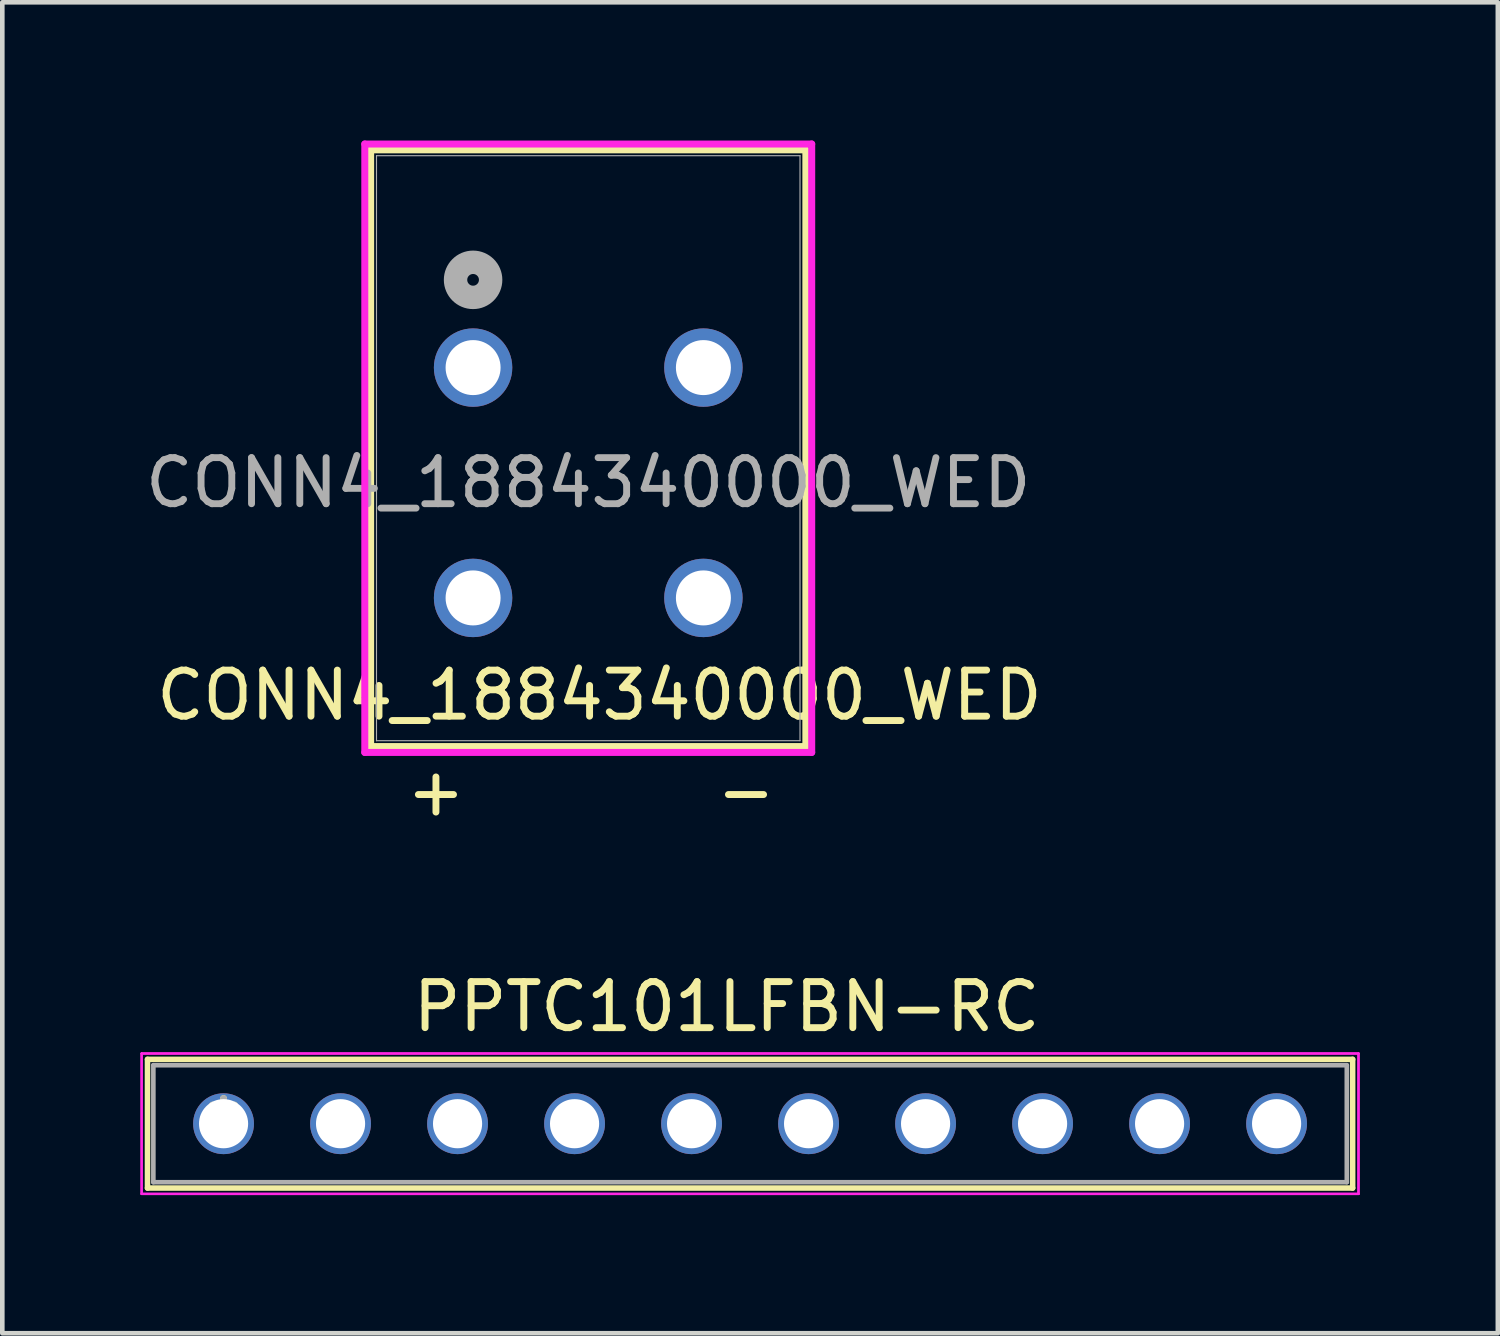
<source format=kicad_pcb>
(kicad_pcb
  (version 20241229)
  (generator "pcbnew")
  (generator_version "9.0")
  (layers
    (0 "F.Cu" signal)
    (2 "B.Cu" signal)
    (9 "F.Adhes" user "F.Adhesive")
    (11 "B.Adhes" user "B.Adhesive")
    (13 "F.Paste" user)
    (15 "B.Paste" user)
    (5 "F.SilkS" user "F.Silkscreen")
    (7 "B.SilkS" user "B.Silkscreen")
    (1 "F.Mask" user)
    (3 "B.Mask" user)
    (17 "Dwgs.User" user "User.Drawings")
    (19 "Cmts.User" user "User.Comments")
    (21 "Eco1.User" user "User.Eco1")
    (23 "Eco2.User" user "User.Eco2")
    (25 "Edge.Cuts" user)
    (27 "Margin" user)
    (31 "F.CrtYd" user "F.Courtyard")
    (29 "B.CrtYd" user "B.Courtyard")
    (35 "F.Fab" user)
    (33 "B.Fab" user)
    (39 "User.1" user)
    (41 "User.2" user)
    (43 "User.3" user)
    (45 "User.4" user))
  (footprint "PPTC101LFBN-RC"
    (layer "F.Cu")
    (at 1.803 21.344)
    (property "Reference" "PPTC101LFBN-RC" (at 10.922 -2.54 0) (layer "F.SilkS") (effects (font (size 1 1) (thickness 0.15))))
    (attr through_hole)
    (fp_line (start -1.651 -1.397) (end -1.651 1.397) (stroke (width 0.12) (type solid)) (layer "F.SilkS"))
    (fp_line (start -1.651 1.397) (end 24.511 1.397) (stroke (width 0.12) (type solid)) (layer "F.SilkS"))
    (fp_line (start 24.511 -1.397) (end -1.651 -1.397) (stroke (width 0.12) (type solid)) (layer "F.SilkS"))
    (fp_line (start 24.511 1.397) (end 24.511 -1.397) (stroke (width 0.12) (type solid)) (layer "F.SilkS"))
    (fp_line (start -1.778 -1.524) (end -1.778 1.524) (stroke (width 0.05) (type solid)) (layer "F.CrtYd"))
    (fp_line (start -1.778 -1.524) (end -1.778 1.524) (stroke (width 0.05) (type solid)) (layer "F.CrtYd"))
    (fp_line (start -1.778 1.524) (end 24.638 1.524) (stroke (width 0.05) (type solid)) (layer "F.CrtYd"))
    (fp_line (start -1.778 1.524) (end 24.638 1.524) (stroke (width 0.05) (type solid)) (layer "F.CrtYd"))
    (fp_line (start 24.638 -1.524) (end -1.778 -1.524) (stroke (width 0.05) (type solid)) (layer "F.CrtYd"))
    (fp_line (start 24.638 -1.524) (end -1.778 -1.524) (stroke (width 0.05) (type solid)) (layer "F.CrtYd"))
    (fp_line (start 24.638 1.524) (end 24.638 -1.524) (stroke (width 0.05) (type solid)) (layer "F.CrtYd"))
    (fp_line (start 24.638 1.524) (end 24.638 -1.524) (stroke (width 0.05) (type solid)) (layer "F.CrtYd"))
    (fp_line (start -1.524 -1.27) (end -1.524 1.27) (stroke (width 0.1) (type solid)) (layer "F.Fab"))
    (fp_line (start -1.524 1.27) (end 24.384 1.27) (stroke (width 0.1) (type solid)) (layer "F.Fab"))
    (fp_line (start 24.384 -1.27) (end -1.524 -1.27) (stroke (width 0.1) (type solid)) (layer "F.Fab"))
    (fp_line (start 24.384 1.27) (end 24.384 -1.27) (stroke (width 0.1) (type solid)) (layer "F.Fab"))
    (fp_text user "*" (at 0 0 0) (layer "F.SilkS") (effects (font (size 1 1) (thickness 0.15))))
    (fp_text user "*" (at 0 0 0) (layer "F.Fab") (effects (font (size 1 1) (thickness 0.15))))
    (pad "1" thru_hole circle (at 0 0) (size 1.321 1.321) (drill 1.067) (layers "*.Cu" "*.Mask"))
    (pad "2" thru_hole circle (at 2.54 0) (size 1.321 1.321) (drill 1.067) (layers "*.Cu" "*.Mask"))
    (pad "3" thru_hole circle (at 5.08 0) (size 1.321 1.321) (drill 1.067) (layers "*.Cu" "*.Mask"))
    (pad "4" thru_hole circle (at 7.62 0) (size 1.321 1.321) (drill 1.067) (layers "*.Cu" "*.Mask"))
    (pad "5" thru_hole circle (at 10.16 0) (size 1.321 1.321) (drill 1.067) (layers "*.Cu" "*.Mask"))
    (pad "6" thru_hole circle (at 12.7 0) (size 1.321 1.321) (drill 1.067) (layers "*.Cu" "*.Mask"))
    (pad "7" thru_hole circle (at 15.24 0) (size 1.321 1.321) (drill 1.067) (layers "*.Cu" "*.Mask"))
    (pad "8" thru_hole circle (at 17.78 0) (size 1.321 1.321) (drill 1.067) (layers "*.Cu" "*.Mask"))
    (pad "9" thru_hole circle (at 20.32 0) (size 1.321 1.321) (drill 1.067) (layers "*.Cu" "*.Mask"))
    (pad "10" thru_hole circle (at 22.86 0) (size 1.321 1.321) (drill 1.067) (layers "*.Cu" "*.Mask")))
  (footprint "CONN4_1884340000_WED"
    (layer "F.Cu")
    (at 7.22 4.93)
    (property "Reference" "CONN4_1884340000_WED" (at 2.743 7.112 0) (unlocked yes) (layer "F.SilkS") (effects (font (size 1 1) (thickness 0.15))))
    (attr through_hole)
    (fp_line (start -2.224 -4.727) (end -2.224 8.227) (stroke (width 0.152) (type solid)) (layer "F.SilkS"))
    (fp_line (start -2.224 8.227) (end 7.224 8.227) (stroke (width 0.152) (type solid)) (layer "F.SilkS"))
    (fp_line (start 7.224 -4.727) (end -2.224 -4.727) (stroke (width 0.152) (type solid)) (layer "F.SilkS"))
    (fp_line (start 7.224 8.227) (end 7.224 -4.727) (stroke (width 0.152) (type solid)) (layer "F.SilkS"))
    (fp_line (start -2.351 -4.854) (end -2.351 8.354) (stroke (width 0.152) (type solid)) (layer "F.CrtYd"))
    (fp_line (start -2.351 8.354) (end 7.351 8.354) (stroke (width 0.152) (type solid)) (layer "F.CrtYd"))
    (fp_line (start 7.351 -4.854) (end -2.351 -4.854) (stroke (width 0.152) (type solid)) (layer "F.CrtYd"))
    (fp_line (start 7.351 8.354) (end 7.351 -4.854) (stroke (width 0.152) (type solid)) (layer "F.CrtYd"))
    (fp_line (start -2.097 -4.6) (end -2.097 8.1) (stroke (width 0.025) (type solid)) (layer "F.Fab"))
    (fp_line (start -2.097 8.1) (end 7.097 8.1) (stroke (width 0.025) (type solid)) (layer "F.Fab"))
    (fp_line (start 7.097 -4.6) (end -2.097 -4.6) (stroke (width 0.025) (type solid)) (layer "F.Fab"))
    (fp_line (start 7.097 8.1) (end 7.097 -4.6) (stroke (width 0.025) (type solid)) (layer "F.Fab"))
    (fp_circle (center 0 -1.905) (end 0.381 -1.905) (stroke (width 0.508) (type solid)) (fill no) (layer "F.Fab"))
    (fp_text user "+" (at -1.524 9.779 0) (unlocked yes) (layer "F.SilkS") (effects (font (size 1 1) (thickness 0.15)) (justify left bottom)))
    (fp_text user "-" (at 5.207 9.779 0) (unlocked yes) (layer "F.SilkS") (effects (font (size 1 1) (thickness 0.15)) (justify left bottom)))
    (fp_text user "${REFERENCE}" (at 2.5 2.5 0) (unlocked yes) (layer "F.Fab") (effects (font (size 1 1) (thickness 0.15))))
    (pad "1" thru_hole circle (at 0 0) (size 1.702 1.702) (drill 1.194) (layers "*.Cu" "*.Mask"))
    (pad "2" thru_hole circle (at 0 5) (size 1.702 1.702) (drill 1.194) (layers "*.Cu" "*.Mask"))
    (pad "3" thru_hole circle (at 5 0) (size 1.702 1.702) (drill 1.194) (layers "*.Cu" "*.Mask"))
    (pad "4" thru_hole circle (at 5 5) (size 1.702 1.702) (drill 1.194) (layers "*.Cu" "*.Mask")))
  (gr_rect
    (start -3 -3)
    (end 29.466 25.893)
    (stroke (width 0.1) (type default))
    (fill no)
    (layer "Edge.Cuts")))
</source>
